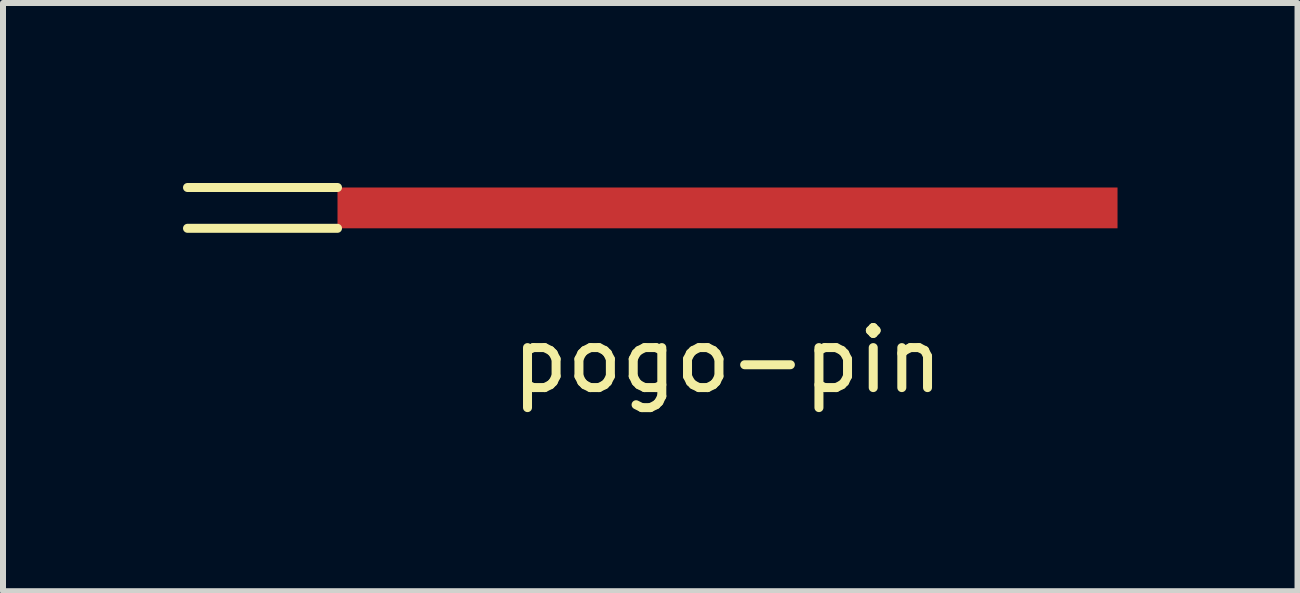
<source format=kicad_pcb>
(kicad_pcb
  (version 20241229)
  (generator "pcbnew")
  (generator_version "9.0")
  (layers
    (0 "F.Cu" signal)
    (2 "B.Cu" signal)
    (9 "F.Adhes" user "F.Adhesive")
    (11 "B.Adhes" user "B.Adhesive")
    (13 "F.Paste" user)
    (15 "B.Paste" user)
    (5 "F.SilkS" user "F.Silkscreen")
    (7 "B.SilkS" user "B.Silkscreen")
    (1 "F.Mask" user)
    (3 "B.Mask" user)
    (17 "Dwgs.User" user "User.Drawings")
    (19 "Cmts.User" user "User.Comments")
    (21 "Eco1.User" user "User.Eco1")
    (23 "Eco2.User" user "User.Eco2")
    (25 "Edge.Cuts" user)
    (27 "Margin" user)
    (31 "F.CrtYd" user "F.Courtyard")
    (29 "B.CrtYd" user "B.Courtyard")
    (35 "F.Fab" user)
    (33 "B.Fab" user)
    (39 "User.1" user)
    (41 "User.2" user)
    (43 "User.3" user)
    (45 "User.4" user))
  (footprint "pogo-pin"
    (layer "F.Cu")
    (at 9.075 0.415)
    (property "Reference" "pogo-pin" (at 0 2.54 0) (layer "F.SilkS") (effects (font (size 1 1) (thickness 0.15))))
    (attr through_hole)
    (fp_line (start -6.5 -0.34) (end -9 -0.34) (stroke (width 0.15) (type solid)) (layer "F.SilkS"))
    (fp_line (start -6.5 0.34) (end -9 0.34) (stroke (width 0.15) (type solid)) (layer "F.SilkS"))
    (pad "1" smd rect (at 0 0) (size 13 0.68) (layers "F.Cu" "F.Mask" "F.Paste")))
  (gr_rect
    (start -3 -3)
    (end 18.575 6.803)
    (stroke (width 0.1) (type default))
    (fill no)
    (layer "Edge.Cuts")))
</source>
